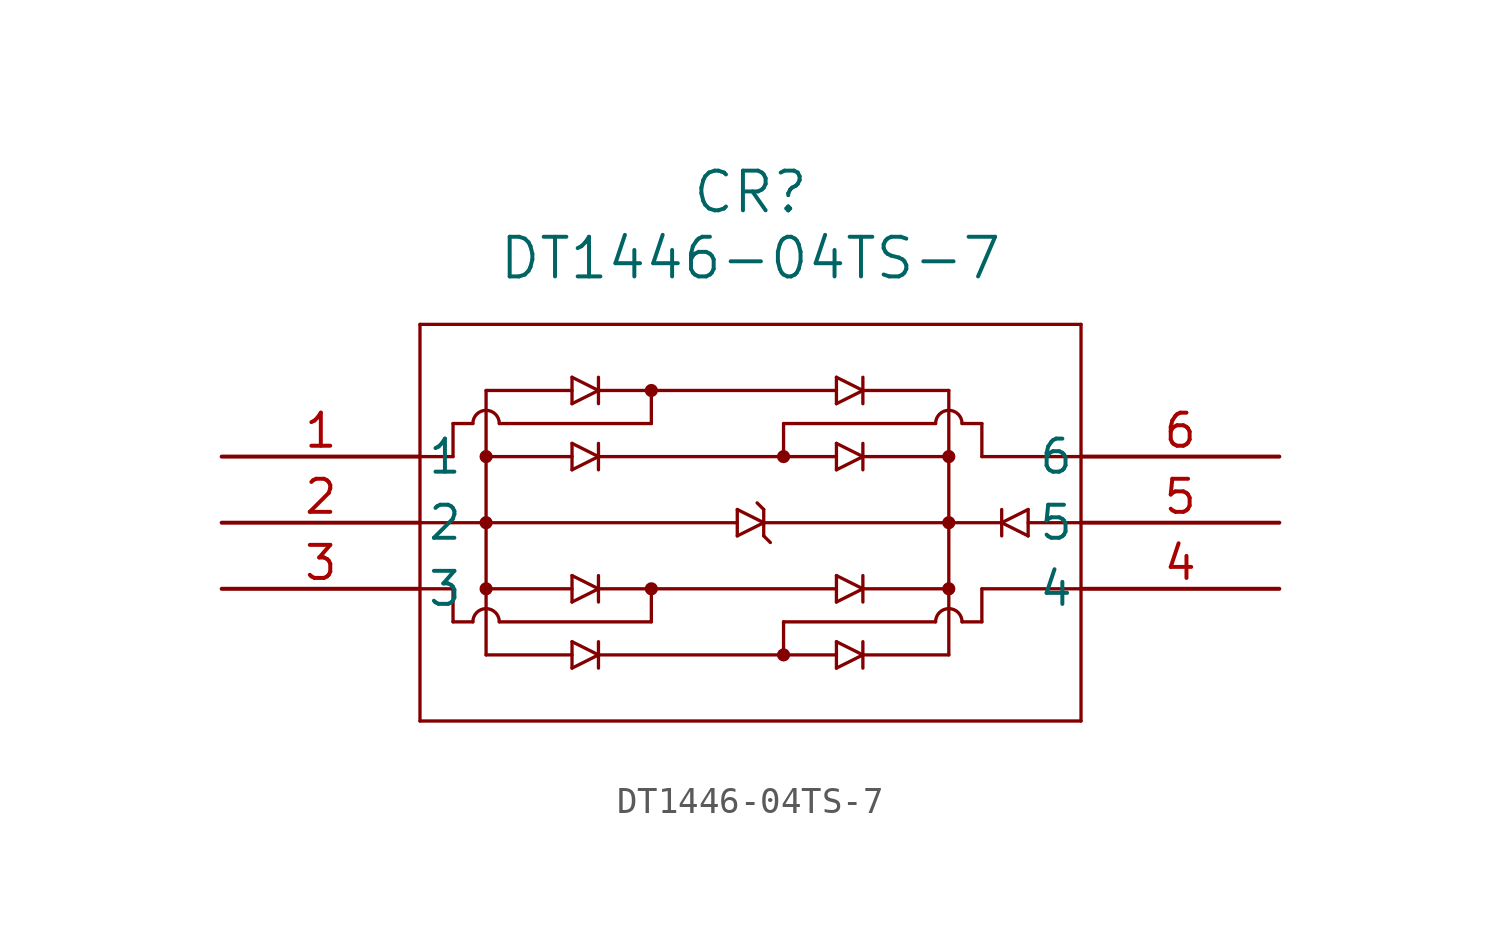
<source format=kicad_sym>
(kicad_symbol_lib
  (version 20211014)
  (generator kicad_symbol_editor)
  (symbol "DT1446-04TS-7"
    (pin_names
      (offset 0.254))
    (property "Reference" "CR"
      (at 20.32 10.16 0)
      (effects (font (size 1.524 1.524))))
    (property "Value" "DT1446-04TS-7"
      (at 20.32 7.62 0)
      (effects (font (size 1.524 1.524))))
    (symbol "DT1446-04TS-7_0_1"
      (polyline (pts (xy 7.62 5.08) (xy 7.62 -10.16)) (stroke (width 0.127) (type default) (color 0 0 0 0)) (fill (type none)))
      (polyline (pts (xy 7.62 -10.16) (xy 33.02 -10.16)) (stroke (width 0.127) (type default) (color 0 0 0 0)) (fill (type none)))
      (polyline (pts (xy 33.02 -10.16) (xy 33.02 5.08)) (stroke (width 0.127) (type default) (color 0 0 0 0)) (fill (type none)))
      (polyline (pts (xy 33.02 5.08) (xy 7.62 5.08)) (stroke (width 0.127) (type default) (color 0 0 0 0)) (fill (type none)))
      (polyline (pts (xy 7.62 -2.54) (xy 19.812 -2.54)) (stroke (width 0.127) (type default) (color 0 0 0 0)) (fill (type none)))
      (polyline (pts (xy 10.16 2.54) (xy 10.16 -7.62)) (stroke (width 0.127) (type default) (color 0 0 0 0)) (fill (type none)))
      (polyline (pts (xy 10.16 -7.62) (xy 13.462 -7.62)) (stroke (width 0.127) (type default) (color 0 0 0 0)) (fill (type none)))
      (polyline (pts (xy 27.94 2.54) (xy 27.94 -7.62)) (stroke (width 0.127) (type default) (color 0 0 0 0)) (fill (type none)))
      (polyline (pts (xy 27.94 -7.62) (xy 24.638 -7.62)) (stroke (width 0.127) (type default) (color 0 0 0 0)) (fill (type none)))
      (polyline (pts (xy 27.94 2.54) (xy 24.638 2.54)) (stroke (width 0.127) (type default) (color 0 0 0 0)) (fill (type none)))
      (polyline (pts (xy 10.16 2.54) (xy 13.462 2.54)) (stroke (width 0.127) (type default) (color 0 0 0 0)) (fill (type none)))
      (polyline (pts (xy 7.62 0) (xy 8.89 0)) (stroke (width 0.127) (type default) (color 0 0 0 0)) (fill (type none)))
      (polyline (pts (xy 7.62 -5.08) (xy 8.89 -5.08)) (stroke (width 0.127) (type default) (color 0 0 0 0)) (fill (type none)))
      (polyline (pts (xy 8.89 -5.08) (xy 8.89 -6.35)) (stroke (width 0.127) (type default) (color 0 0 0 0)) (fill (type none)))
      (polyline (pts (xy 10.16 0) (xy 13.462 0)) (stroke (width 0.127) (type default) (color 0 0 0 0)) (fill (type none)))
      (polyline (pts (xy 20.828 -2.54) (xy 29.972 -2.54)) (stroke (width 0.127) (type default) (color 0 0 0 0)) (fill (type none)))
      (polyline (pts (xy 33.02 -2.54) (xy 30.988 -2.54)) (stroke (width 0.127) (type default) (color 0 0 0 0)) (fill (type none)))
      (polyline (pts (xy 33.02 0) (xy 29.21 0)) (stroke (width 0.127) (type default) (color 0 0 0 0)) (fill (type none)))
      (polyline (pts (xy 33.02 -5.08) (xy 29.21 -5.08)) (stroke (width 0.127) (type default) (color 0 0 0 0)) (fill (type none)))
      (polyline (pts (xy 29.972 -2.54) (xy 30.988 -3.048)) (stroke (width 0.127) (type default) (color 0 0 0 0)) (fill (type none)))
      (polyline (pts (xy 29.972 -2.54) (xy 30.988 -2.032)) (stroke (width 0.127) (type default) (color 0 0 0 0)) (fill (type none)))
      (polyline (pts (xy 30.988 -2.032) (xy 30.988 -3.048)) (stroke (width 0.127) (type default) (color 0 0 0 0)) (fill (type none)))
      (polyline (pts (xy 29.972 -2.032) (xy 29.972 -3.048)) (stroke (width 0.127) (type default) (color 0 0 0 0)) (fill (type none)))
      (polyline (pts (xy 20.828 -2.54) (xy 19.812 -2.032)) (stroke (width 0.127) (type default) (color 0 0 0 0)) (fill (type none)))
      (polyline (pts (xy 20.828 -2.54) (xy 19.812 -3.048)) (stroke (width 0.127) (type default) (color 0 0 0 0)) (fill (type none)))
      (polyline (pts (xy 19.812 -3.048) (xy 19.812 -2.032)) (stroke (width 0.127) (type default) (color 0 0 0 0)) (fill (type none)))
      (polyline (pts (xy 20.828 -3.048) (xy 20.828 -2.032)) (stroke (width 0.127) (type default) (color 0 0 0 0)) (fill (type none)))
      (polyline (pts (xy 20.828 -2.032) (xy 20.574 -1.778)) (stroke (width 0.127) (type default) (color 0 0 0 0)) (fill (type none)))
      (polyline (pts (xy 20.828 -3.048) (xy 21.082 -3.302)) (stroke (width 0.127) (type default) (color 0 0 0 0)) (fill (type none)))
      (polyline (pts (xy 14.478 2.54) (xy 13.462 3.048)) (stroke (width 0.127) (type default) (color 0 0 0 0)) (fill (type none)))
      (polyline (pts (xy 14.478 2.54) (xy 13.462 2.032)) (stroke (width 0.127) (type default) (color 0 0 0 0)) (fill (type none)))
      (polyline (pts (xy 13.462 2.032) (xy 13.462 3.048)) (stroke (width 0.127) (type default) (color 0 0 0 0)) (fill (type none)))
      (polyline (pts (xy 14.478 2.032) (xy 14.478 3.048)) (stroke (width 0.127) (type default) (color 0 0 0 0)) (fill (type none)))
      (polyline (pts (xy 14.478 0) (xy 13.462 0.508)) (stroke (width 0.127) (type default) (color 0 0 0 0)) (fill (type none)))
      (polyline (pts (xy 14.478 0) (xy 13.462 -0.508)) (stroke (width 0.127) (type default) (color 0 0 0 0)) (fill (type none)))
      (polyline (pts (xy 13.462 -0.508) (xy 13.462 0.508)) (stroke (width 0.127) (type default) (color 0 0 0 0)) (fill (type none)))
      (polyline (pts (xy 14.478 -0.508) (xy 14.478 0.508)) (stroke (width 0.127) (type default) (color 0 0 0 0)) (fill (type none)))
      (polyline (pts (xy 24.638 2.54) (xy 23.622 3.048)) (stroke (width 0.127) (type default) (color 0 0 0 0)) (fill (type none)))
      (polyline (pts (xy 24.638 2.54) (xy 23.622 2.032)) (stroke (width 0.127) (type default) (color 0 0 0 0)) (fill (type none)))
      (polyline (pts (xy 23.622 2.032) (xy 23.622 3.048)) (stroke (width 0.127) (type default) (color 0 0 0 0)) (fill (type none)))
      (polyline (pts (xy 24.638 2.032) (xy 24.638 3.048)) (stroke (width 0.127) (type default) (color 0 0 0 0)) (fill (type none)))
      (polyline (pts (xy 24.638 0) (xy 23.622 0.508)) (stroke (width 0.127) (type default) (color 0 0 0 0)) (fill (type none)))
      (polyline (pts (xy 24.638 0) (xy 23.622 -0.508)) (stroke (width 0.127) (type default) (color 0 0 0 0)) (fill (type none)))
      (polyline (pts (xy 23.622 -0.508) (xy 23.622 0.508)) (stroke (width 0.127) (type default) (color 0 0 0 0)) (fill (type none)))
      (polyline (pts (xy 24.638 -0.508) (xy 24.638 0.508)) (stroke (width 0.127) (type default) (color 0 0 0 0)) (fill (type none)))
      (polyline (pts (xy 14.478 -5.08) (xy 13.462 -4.572)) (stroke (width 0.127) (type default) (color 0 0 0 0)) (fill (type none)))
      (polyline (pts (xy 14.478 -5.08) (xy 13.462 -5.588)) (stroke (width 0.127) (type default) (color 0 0 0 0)) (fill (type none)))
      (polyline (pts (xy 13.462 -5.588) (xy 13.462 -4.572)) (stroke (width 0.127) (type default) (color 0 0 0 0)) (fill (type none)))
      (polyline (pts (xy 14.478 -5.588) (xy 14.478 -4.572)) (stroke (width 0.127) (type default) (color 0 0 0 0)) (fill (type none)))
      (polyline (pts (xy 14.478 -7.62) (xy 13.462 -7.112)) (stroke (width 0.127) (type default) (color 0 0 0 0)) (fill (type none)))
      (polyline (pts (xy 14.478 -7.62) (xy 13.462 -8.128)) (stroke (width 0.127) (type default) (color 0 0 0 0)) (fill (type none)))
      (polyline (pts (xy 13.462 -8.128) (xy 13.462 -7.112)) (stroke (width 0.127) (type default) (color 0 0 0 0)) (fill (type none)))
      (polyline (pts (xy 14.478 -8.128) (xy 14.478 -7.112)) (stroke (width 0.127) (type default) (color 0 0 0 0)) (fill (type none)))
      (polyline (pts (xy 24.638 -5.08) (xy 23.622 -4.572)) (stroke (width 0.127) (type default) (color 0 0 0 0)) (fill (type none)))
      (polyline (pts (xy 24.638 -5.08) (xy 23.622 -5.588)) (stroke (width 0.127) (type default) (color 0 0 0 0)) (fill (type none)))
      (polyline (pts (xy 23.622 -5.588) (xy 23.622 -4.572)) (stroke (width 0.127) (type default) (color 0 0 0 0)) (fill (type none)))
      (polyline (pts (xy 24.638 -5.588) (xy 24.638 -4.572)) (stroke (width 0.127) (type default) (color 0 0 0 0)) (fill (type none)))
      (polyline (pts (xy 24.638 -7.62) (xy 23.622 -7.112)) (stroke (width 0.127) (type default) (color 0 0 0 0)) (fill (type none)))
      (polyline (pts (xy 24.638 -7.62) (xy 23.622 -8.128)) (stroke (width 0.127) (type default) (color 0 0 0 0)) (fill (type none)))
      (polyline (pts (xy 23.622 -8.128) (xy 23.622 -7.112)) (stroke (width 0.127) (type default) (color 0 0 0 0)) (fill (type none)))
      (polyline (pts (xy 24.638 -8.128) (xy 24.638 -7.112)) (stroke (width 0.127) (type default) (color 0 0 0 0)) (fill (type none)))
      (polyline (pts (xy 14.478 0) (xy 23.622 0)) (stroke (width 0.127) (type default) (color 0 0 0 0)) (fill (type none)))
      (polyline (pts (xy 23.622 2.54) (xy 14.478 2.54)) (stroke (width 0.127) (type default) (color 0 0 0 0)) (fill (type none)))
      (polyline (pts (xy 14.478 -5.08) (xy 23.622 -5.08)) (stroke (width 0.127) (type default) (color 0 0 0 0)) (fill (type none)))
      (polyline (pts (xy 23.622 -7.62) (xy 14.478 -7.62)) (stroke (width 0.127) (type default) (color 0 0 0 0)) (fill (type none)))
      (polyline (pts (xy 13.462 -5.08) (xy 10.16 -5.08)) (stroke (width 0.127) (type default) (color 0 0 0 0)) (fill (type none)))
      (polyline (pts (xy 27.94 0) (xy 24.638 0)) (stroke (width 0.127) (type default) (color 0 0 0 0)) (fill (type none)))
      (polyline (pts (xy 24.638 -5.08) (xy 27.94 -5.08)) (stroke (width 0.127) (type default) (color 0 0 0 0)) (fill (type none)))
      (polyline (pts (xy 10.668 -6.35) (xy 16.51 -6.35)) (stroke (width 0.127) (type default) (color 0 0 0 0)) (fill (type none)))
      (polyline (pts (xy 16.51 -6.35) (xy 16.51 -5.08)) (stroke (width 0.127) (type default) (color 0 0 0 0)) (fill (type none)))
      (polyline (pts (xy 29.21 -5.08) (xy 29.21 -6.35)) (stroke (width 0.127) (type default) (color 0 0 0 0)) (fill (type none)))
      (polyline (pts (xy 27.432 -6.35) (xy 21.59 -6.35)) (stroke (width 0.127) (type default) (color 0 0 0 0)) (fill (type none)))
      (polyline (pts (xy 21.59 -6.35) (xy 21.59 -7.62)) (stroke (width 0.127) (type default) (color 0 0 0 0)) (fill (type none)))
      (polyline (pts (xy 8.89 1.27) (xy 8.89 0)) (stroke (width 0.127) (type default) (color 0 0 0 0)) (fill (type none)))
      (polyline (pts (xy 10.668 1.27) (xy 16.51 1.27)) (stroke (width 0.127) (type default) (color 0 0 0 0)) (fill (type none)))
      (polyline (pts (xy 16.51 1.27) (xy 16.51 2.54)) (stroke (width 0.127) (type default) (color 0 0 0 0)) (fill (type none)))
      (polyline (pts (xy 21.59 1.27) (xy 21.59 0)) (stroke (width 0.127) (type default) (color 0 0 0 0)) (fill (type none)))
      (polyline (pts (xy 21.59 1.27) (xy 27.432 1.27)) (stroke (width 0.127) (type default) (color 0 0 0 0)) (fill (type none)))
      (polyline (pts (xy 29.21 1.27) (xy 29.21 0)) (stroke (width 0.127) (type default) (color 0 0 0 0)) (fill (type none)))
      (arc (start 10.668 1.27) (mid 10.16 1.778) (end 9.652 1.27) (stroke (width 0.127) (type default) (color 0 0 0 0)) (fill (type none)))
      (arc (start 10.668 -6.35) (mid 10.16 -5.842) (end 9.652 -6.35) (stroke (width 0.127) (type default) (color 0 0 0 0)) (fill (type none)))
      (arc (start 28.448 -6.35) (mid 27.94 -5.842) (end 27.432 -6.35) (stroke (width 0.127) (type default) (color 0 0 0 0)) (fill (type none)))
      (arc (start 28.448 1.27) (mid 27.94 1.778) (end 27.432 1.27) (stroke (width 0.127) (type default) (color 0 0 0 0)) (fill (type none)))
      (polyline (pts (xy 8.89 1.27) (xy 9.652 1.27)) (stroke (width 0.127) (type default) (color 0 0 0 0)) (fill (type none)))
      (polyline (pts (xy 8.89 -6.35) (xy 9.652 -6.35)) (stroke (width 0.127) (type default) (color 0 0 0 0)) (fill (type none)))
      (polyline (pts (xy 28.448 -6.35) (xy 29.21 -6.35)) (stroke (width 0.127) (type default) (color 0 0 0 0)) (fill (type none)))
      (polyline (pts (xy 28.448 1.27) (xy 29.21 1.27)) (stroke (width 0.127) (type default) (color 0 0 0 0)) (fill (type none)))
      (circle (center 10.16 0) (radius 0.127) (stroke (width 0.254) (type default) (color 0 0 0 0)) (fill (type none)))
      (circle (center 16.51 -5.08) (radius 0.127) (stroke (width 0.254) (type default) (color 0 0 0 0)) (fill (type none)))
      (circle (center 10.16 -2.54) (radius 0.127) (stroke (width 0.254) (type default) (color 0 0 0 0)) (fill (type none)))
      (circle (center 10.16 -5.08) (radius 0.127) (stroke (width 0.254) (type default) (color 0 0 0 0)) (fill (type none)))
      (circle (center 27.94 0) (radius 0.127) (stroke (width 0.254) (type default) (color 0 0 0 0)) (fill (type none)))
      (circle (center 27.94 -2.54) (radius 0.127) (stroke (width 0.254) (type default) (color 0 0 0 0)) (fill (type none)))
      (circle (center 27.94 -5.08) (radius 0.127) (stroke (width 0.254) (type default) (color 0 0 0 0)) (fill (type none)))
      (circle (center 21.59 -7.62) (radius 0.127) (stroke (width 0.254) (type default) (color 0 0 0 0)) (fill (type none)))
      (circle (center 16.51 2.54) (radius 0.127) (stroke (width 0.254) (type default) (color 0 0 0 0)) (fill (type none)))
      (circle (center 21.59 0) (radius 0.127) (stroke (width 0.254) (type default) (color 0 0 0 0)) (fill (type none)))
      (pin unspecified line (at 0 0 0) (length 7.62) (name "1" (effects (font (size 1.27 1.27)))) (number "1" (effects (font (size 1.27 1.27)))))
      (pin unspecified line (at 0 -2.54 0) (length 7.62) (name "2" (effects (font (size 1.27 1.27)))) (number "2" (effects (font (size 1.27 1.27)))))
      (pin unspecified line (at 0 -5.08 0) (length 7.62) (name "3" (effects (font (size 1.27 1.27)))) (number "3" (effects (font (size 1.27 1.27)))))
      (pin unspecified line (at 40.64 -5.08 180) (length 7.62) (name "4" (effects (font (size 1.27 1.27)))) (number "4" (effects (font (size 1.27 1.27)))))
      (pin unspecified line (at 40.64 -2.54 180) (length 7.62) (name "5" (effects (font (size 1.27 1.27)))) (number "5" (effects (font (size 1.27 1.27)))))
      (pin unspecified line (at 40.64 0 180) (length 7.62) (name "6" (effects (font (size 1.27 1.27)))) (number "6" (effects (font (size 1.27 1.27))))))))
</source>
